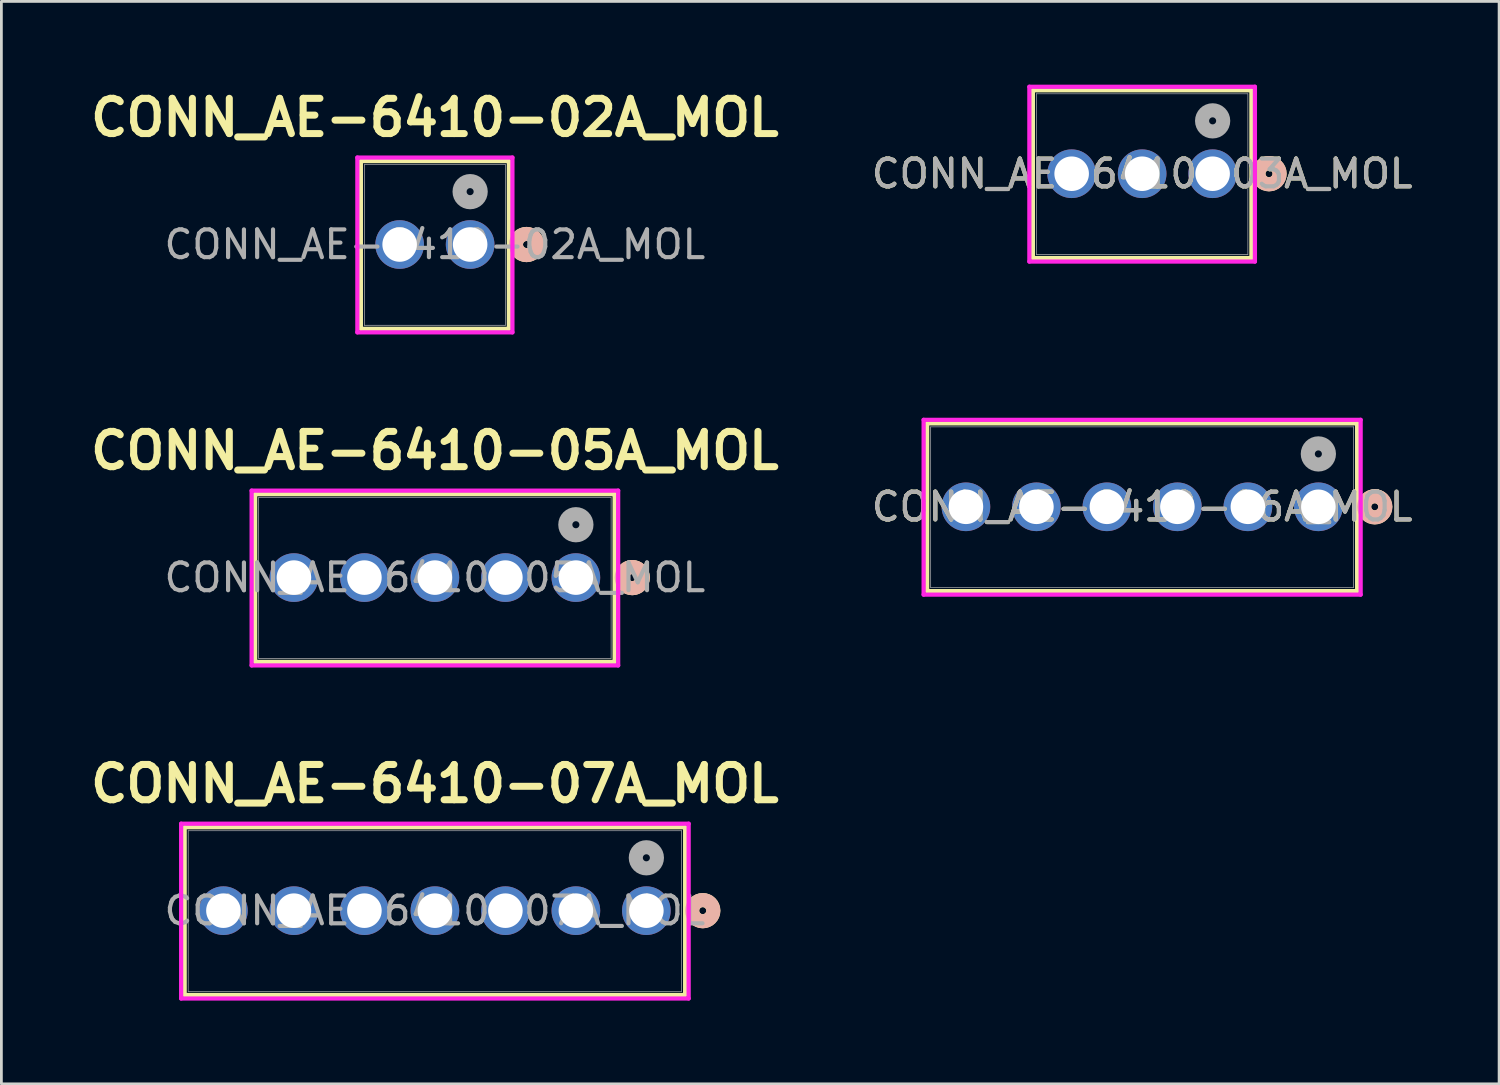
<source format=kicad_pcb>
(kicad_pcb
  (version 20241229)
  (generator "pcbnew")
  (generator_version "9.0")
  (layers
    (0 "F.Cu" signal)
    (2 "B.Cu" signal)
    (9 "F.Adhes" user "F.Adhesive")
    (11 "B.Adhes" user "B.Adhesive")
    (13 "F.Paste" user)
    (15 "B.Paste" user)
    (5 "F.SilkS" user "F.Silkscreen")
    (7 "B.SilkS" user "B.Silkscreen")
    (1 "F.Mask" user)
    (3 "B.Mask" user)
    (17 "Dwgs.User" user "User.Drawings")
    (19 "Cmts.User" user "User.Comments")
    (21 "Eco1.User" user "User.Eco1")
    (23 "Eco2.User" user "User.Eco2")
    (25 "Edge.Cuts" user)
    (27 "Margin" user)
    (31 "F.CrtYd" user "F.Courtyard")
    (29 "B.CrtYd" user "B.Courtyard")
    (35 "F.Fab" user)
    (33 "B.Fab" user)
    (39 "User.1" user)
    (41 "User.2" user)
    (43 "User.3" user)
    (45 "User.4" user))
  (footprint "CONN_AE-6410-03A_MOL"
    (layer "F.Cu")
    (at 40.646 3.21)
    (property "Reference" "CONN_AE-6410-03A_MOL" (at -2.54 0 0) (unlocked yes) (layer "F.SilkS") (effects (font (size 1 1) (thickness 0.15))))
    (attr through_hole)
    (fp_line (start -6.477 -3.007) (end -6.477 3.038) (stroke (width 0.152) (type solid)) (layer "F.SilkS"))
    (fp_line (start -6.477 3.038) (end 1.397 3.038) (stroke (width 0.152) (type solid)) (layer "F.SilkS"))
    (fp_line (start 1.397 -3.007) (end -6.477 -3.007) (stroke (width 0.152) (type solid)) (layer "F.SilkS"))
    (fp_line (start 1.397 3.038) (end 1.397 -3.007) (stroke (width 0.152) (type solid)) (layer "F.SilkS"))
    (fp_circle (center 2.032 0) (end 2.413 0) (stroke (width 0.508) (type solid)) (fill no) (layer "F.SilkS"))
    (fp_circle (center 2.032 0) (end 2.413 0) (stroke (width 0.508) (type solid)) (fill no) (layer "B.SilkS"))
    (fp_line (start -6.604 -3.134) (end -6.604 3.165) (stroke (width 0.152) (type solid)) (layer "F.CrtYd"))
    (fp_line (start -6.604 3.165) (end 1.524 3.165) (stroke (width 0.152) (type solid)) (layer "F.CrtYd"))
    (fp_line (start 1.524 -3.134) (end -6.604 -3.134) (stroke (width 0.152) (type solid)) (layer "F.CrtYd"))
    (fp_line (start 1.524 3.165) (end 1.524 -3.134) (stroke (width 0.152) (type solid)) (layer "F.CrtYd"))
    (fp_line (start -6.35 -2.88) (end -6.35 2.911) (stroke (width 0.025) (type solid)) (layer "F.Fab"))
    (fp_line (start -6.35 2.911) (end 1.27 2.911) (stroke (width 0.025) (type solid)) (layer "F.Fab"))
    (fp_line (start 1.27 -2.88) (end -6.35 -2.88) (stroke (width 0.025) (type solid)) (layer "F.Fab"))
    (fp_line (start 1.27 2.911) (end 1.27 -2.88) (stroke (width 0.025) (type solid)) (layer "F.Fab"))
    (fp_circle (center 0 -1.905) (end 0.381 -1.905) (stroke (width 0.508) (type solid)) (fill no) (layer "F.Fab"))
    (fp_text user "${REFERENCE}" (at -2.54 0 0) (unlocked yes) (layer "F.Fab") (effects (font (size 1 1) (thickness 0.15))))
    (pad "1" thru_hole circle (at 0 0) (size 1.753 1.753) (drill 1.245) (layers "*.Cu" "*.Mask"))
    (pad "2" thru_hole circle (at -2.54 0) (size 1.753 1.753) (drill 1.245) (layers "*.Cu" "*.Mask"))
    (pad "3" thru_hole circle (at -5.08 0) (size 1.753 1.753) (drill 1.245) (layers "*.Cu" "*.Mask")))
  (footprint "CONN_AE-6410-06A_MOL"
    (layer "F.Cu")
    (at 44.456 15.212)
    (property "Reference" "CONN_AE-6410-06A_MOL" (at -6.35 0 0) (unlocked yes) (layer "F.SilkS") (effects (font (size 1 1) (thickness 0.15))))
    (attr through_hole)
    (fp_line (start -14.097 -3.007) (end -14.097 3.038) (stroke (width 0.152) (type solid)) (layer "F.SilkS"))
    (fp_line (start -14.097 3.038) (end 1.397 3.038) (stroke (width 0.152) (type solid)) (layer "F.SilkS"))
    (fp_line (start 1.397 -3.007) (end -14.097 -3.007) (stroke (width 0.152) (type solid)) (layer "F.SilkS"))
    (fp_line (start 1.397 3.038) (end 1.397 -3.007) (stroke (width 0.152) (type solid)) (layer "F.SilkS"))
    (fp_circle (center 2.032 0) (end 2.413 0) (stroke (width 0.508) (type solid)) (fill no) (layer "F.SilkS"))
    (fp_circle (center 2.032 0) (end 2.413 0) (stroke (width 0.508) (type solid)) (fill no) (layer "B.SilkS"))
    (fp_line (start -14.224 -3.134) (end -14.224 3.165) (stroke (width 0.152) (type solid)) (layer "F.CrtYd"))
    (fp_line (start -14.224 3.165) (end 1.524 3.165) (stroke (width 0.152) (type solid)) (layer "F.CrtYd"))
    (fp_line (start 1.524 -3.134) (end -14.224 -3.134) (stroke (width 0.152) (type solid)) (layer "F.CrtYd"))
    (fp_line (start 1.524 3.165) (end 1.524 -3.134) (stroke (width 0.152) (type solid)) (layer "F.CrtYd"))
    (fp_line (start -13.97 -2.88) (end -13.97 2.911) (stroke (width 0.025) (type solid)) (layer "F.Fab"))
    (fp_line (start -13.97 2.911) (end 1.27 2.911) (stroke (width 0.025) (type solid)) (layer "F.Fab"))
    (fp_line (start 1.27 -2.88) (end -13.97 -2.88) (stroke (width 0.025) (type solid)) (layer "F.Fab"))
    (fp_line (start 1.27 2.911) (end 1.27 -2.88) (stroke (width 0.025) (type solid)) (layer "F.Fab"))
    (fp_circle (center 0 -1.905) (end 0.381 -1.905) (stroke (width 0.508) (type solid)) (fill no) (layer "F.Fab"))
    (fp_text user "${REFERENCE}" (at -6.35 0 0) (unlocked yes) (layer "F.Fab") (effects (font (size 1 1) (thickness 0.15))))
    (pad "1" thru_hole circle (at 0 0) (size 1.753 1.753) (drill 1.245) (layers "*.Cu" "*.Mask"))
    (pad "2" thru_hole circle (at -2.54 0) (size 1.753 1.753) (drill 1.245) (layers "*.Cu" "*.Mask"))
    (pad "3" thru_hole circle (at -5.08 0) (size 1.753 1.753) (drill 1.245) (layers "*.Cu" "*.Mask"))
    (pad "4" thru_hole circle (at -7.62 0) (size 1.753 1.753) (drill 1.245) (layers "*.Cu" "*.Mask"))
    (pad "5" thru_hole circle (at -10.16 0) (size 1.753 1.753) (drill 1.245) (layers "*.Cu" "*.Mask"))
    (pad "6" thru_hole circle (at -12.7 0) (size 1.753 1.753) (drill 1.245) (layers "*.Cu" "*.Mask")))
  (footprint "CONN_AE-6410-07A_MOL"
    (layer "F.Cu")
    (at 20.241 29.765)
    (property "Reference" "CONN_AE-6410-07A_MOL" (at -7.62 -4.572 0) (unlocked yes) (layer "F.SilkS") (effects (font (size 1.27 1.27) (thickness 0.254) (bold yes))))
    (attr through_hole)
    (fp_line (start -16.637 -3.007) (end -16.637 3.038) (stroke (width 0.152) (type solid)) (layer "F.SilkS"))
    (fp_line (start -16.637 3.038) (end 1.397 3.038) (stroke (width 0.152) (type solid)) (layer "F.SilkS"))
    (fp_line (start 1.397 -3.007) (end -16.637 -3.007) (stroke (width 0.152) (type solid)) (layer "F.SilkS"))
    (fp_line (start 1.397 3.038) (end 1.397 -3.007) (stroke (width 0.152) (type solid)) (layer "F.SilkS"))
    (fp_circle (center 2.032 0) (end 2.413 0) (stroke (width 0.508) (type solid)) (fill no) (layer "F.SilkS"))
    (fp_circle (center 2.032 0) (end 2.413 0) (stroke (width 0.508) (type solid)) (fill no) (layer "B.SilkS"))
    (fp_line (start -16.764 -3.134) (end -16.764 3.165) (stroke (width 0.152) (type solid)) (layer "F.CrtYd"))
    (fp_line (start -16.764 3.165) (end 1.524 3.165) (stroke (width 0.152) (type solid)) (layer "F.CrtYd"))
    (fp_line (start 1.524 -3.134) (end -16.764 -3.134) (stroke (width 0.152) (type solid)) (layer "F.CrtYd"))
    (fp_line (start 1.524 3.165) (end 1.524 -3.134) (stroke (width 0.152) (type solid)) (layer "F.CrtYd"))
    (fp_line (start -16.51 -2.88) (end -16.51 2.911) (stroke (width 0.025) (type solid)) (layer "F.Fab"))
    (fp_line (start -16.51 2.911) (end 1.27 2.911) (stroke (width 0.025) (type solid)) (layer "F.Fab"))
    (fp_line (start 1.27 -2.88) (end -16.51 -2.88) (stroke (width 0.025) (type solid)) (layer "F.Fab"))
    (fp_line (start 1.27 2.911) (end 1.27 -2.88) (stroke (width 0.025) (type solid)) (layer "F.Fab"))
    (fp_circle (center 0 -1.905) (end 0.381 -1.905) (stroke (width 0.508) (type solid)) (fill no) (layer "F.Fab"))
    (fp_text user "${REFERENCE}" (at -7.62 0 0) (unlocked yes) (layer "F.Fab") (effects (font (size 1 1) (thickness 0.15))))
    (pad "1" thru_hole circle (at 0 0) (size 1.753 1.753) (drill 1.245) (layers "*.Cu" "*.Mask"))
    (pad "2" thru_hole circle (at -2.54 0) (size 1.753 1.753) (drill 1.245) (layers "*.Cu" "*.Mask"))
    (pad "3" thru_hole circle (at -5.08 0) (size 1.753 1.753) (drill 1.245) (layers "*.Cu" "*.Mask"))
    (pad "4" thru_hole circle (at -7.62 0) (size 1.753 1.753) (drill 1.245) (layers "*.Cu" "*.Mask"))
    (pad "5" thru_hole circle (at -10.16 0) (size 1.753 1.753) (drill 1.245) (layers "*.Cu" "*.Mask"))
    (pad "6" thru_hole circle (at -12.7 0) (size 1.753 1.753) (drill 1.245) (layers "*.Cu" "*.Mask"))
    (pad "7" thru_hole circle (at -15.24 0) (size 1.753 1.753) (drill 1.245) (layers "*.Cu" "*.Mask")))
  (footprint "CONN_AE-6410-02A_MOL"
    (layer "F.Cu")
    (at 13.891 5.761)
    (property "Reference" "CONN_AE-6410-02A_MOL" (at -1.27 -4.572 0) (unlocked yes) (layer "F.SilkS") (effects (font (size 1.27 1.27) (thickness 0.254) (bold yes))))
    (attr through_hole)
    (fp_line (start -3.937 -3.007) (end -3.937 3.038) (stroke (width 0.152) (type solid)) (layer "F.SilkS"))
    (fp_line (start -3.937 3.038) (end 1.397 3.038) (stroke (width 0.152) (type solid)) (layer "F.SilkS"))
    (fp_line (start 1.397 -3.007) (end -3.937 -3.007) (stroke (width 0.152) (type solid)) (layer "F.SilkS"))
    (fp_line (start 1.397 3.038) (end 1.397 -3.007) (stroke (width 0.152) (type solid)) (layer "F.SilkS"))
    (fp_circle (center 2.032 0) (end 2.413 0) (stroke (width 0.508) (type solid)) (fill no) (layer "F.SilkS"))
    (fp_circle (center 2.032 0) (end 2.413 0) (stroke (width 0.508) (type solid)) (fill no) (layer "B.SilkS"))
    (fp_line (start -4.064 -3.134) (end -4.064 3.165) (stroke (width 0.152) (type solid)) (layer "F.CrtYd"))
    (fp_line (start -4.064 3.165) (end 1.524 3.165) (stroke (width 0.152) (type solid)) (layer "F.CrtYd"))
    (fp_line (start 1.524 -3.134) (end -4.064 -3.134) (stroke (width 0.152) (type solid)) (layer "F.CrtYd"))
    (fp_line (start 1.524 3.165) (end 1.524 -3.134) (stroke (width 0.152) (type solid)) (layer "F.CrtYd"))
    (fp_line (start -3.81 -2.88) (end -3.81 2.911) (stroke (width 0.025) (type solid)) (layer "F.Fab"))
    (fp_line (start -3.81 2.911) (end 1.27 2.911) (stroke (width 0.025) (type solid)) (layer "F.Fab"))
    (fp_line (start 1.27 -2.88) (end -3.81 -2.88) (stroke (width 0.025) (type solid)) (layer "F.Fab"))
    (fp_line (start 1.27 2.911) (end 1.27 -2.88) (stroke (width 0.025) (type solid)) (layer "F.Fab"))
    (fp_circle (center 0 -1.905) (end 0.381 -1.905) (stroke (width 0.508) (type solid)) (fill no) (layer "F.Fab"))
    (fp_text user "${REFERENCE}" (at -1.27 0 0) (unlocked yes) (layer "F.Fab") (effects (font (size 1 1) (thickness 0.15))))
    (pad "1" thru_hole circle (at 0 0) (size 1.753 1.753) (drill 1.245) (layers "*.Cu" "*.Mask"))
    (pad "2" thru_hole circle (at -2.54 0) (size 1.753 1.753) (drill 1.245) (layers "*.Cu" "*.Mask")))
  (footprint "CONN_AE-6410-05A_MOL"
    (layer "F.Cu")
    (at 17.701 17.763)
    (property "Reference" "CONN_AE-6410-05A_MOL" (at -5.08 -4.572 0) (unlocked yes) (layer "F.SilkS") (effects (font (size 1.27 1.27) (thickness 0.254) (bold yes))))
    (attr through_hole)
    (fp_line (start -11.557 -3.007) (end -11.557 3.038) (stroke (width 0.152) (type solid)) (layer "F.SilkS"))
    (fp_line (start -11.557 3.038) (end 1.397 3.038) (stroke (width 0.152) (type solid)) (layer "F.SilkS"))
    (fp_line (start 1.397 -3.007) (end -11.557 -3.007) (stroke (width 0.152) (type solid)) (layer "F.SilkS"))
    (fp_line (start 1.397 3.038) (end 1.397 -3.007) (stroke (width 0.152) (type solid)) (layer "F.SilkS"))
    (fp_circle (center 2.032 0) (end 2.413 0) (stroke (width 0.508) (type solid)) (fill no) (layer "F.SilkS"))
    (fp_circle (center 2.032 0) (end 2.413 0) (stroke (width 0.508) (type solid)) (fill no) (layer "B.SilkS"))
    (fp_line (start -11.684 -3.134) (end -11.684 3.165) (stroke (width 0.152) (type solid)) (layer "F.CrtYd"))
    (fp_line (start -11.684 3.165) (end 1.524 3.165) (stroke (width 0.152) (type solid)) (layer "F.CrtYd"))
    (fp_line (start 1.524 -3.134) (end -11.684 -3.134) (stroke (width 0.152) (type solid)) (layer "F.CrtYd"))
    (fp_line (start 1.524 3.165) (end 1.524 -3.134) (stroke (width 0.152) (type solid)) (layer "F.CrtYd"))
    (fp_line (start -11.43 -2.88) (end -11.43 2.911) (stroke (width 0.025) (type solid)) (layer "F.Fab"))
    (fp_line (start -11.43 2.911) (end 1.27 2.911) (stroke (width 0.025) (type solid)) (layer "F.Fab"))
    (fp_line (start 1.27 -2.88) (end -11.43 -2.88) (stroke (width 0.025) (type solid)) (layer "F.Fab"))
    (fp_line (start 1.27 2.911) (end 1.27 -2.88) (stroke (width 0.025) (type solid)) (layer "F.Fab"))
    (fp_circle (center 0 -1.905) (end 0.381 -1.905) (stroke (width 0.508) (type solid)) (fill no) (layer "F.Fab"))
    (fp_text user "${REFERENCE}" (at -5.08 0 0) (unlocked yes) (layer "F.Fab") (effects (font (size 1 1) (thickness 0.15))))
    (pad "1" thru_hole circle (at 0 0) (size 1.753 1.753) (drill 1.245) (layers "*.Cu" "*.Mask"))
    (pad "2" thru_hole circle (at -2.54 0) (size 1.753 1.753) (drill 1.245) (layers "*.Cu" "*.Mask"))
    (pad "3" thru_hole circle (at -5.08 0) (size 1.753 1.753) (drill 1.245) (layers "*.Cu" "*.Mask"))
    (pad "4" thru_hole circle (at -7.62 0) (size 1.753 1.753) (drill 1.245) (layers "*.Cu" "*.Mask"))
    (pad "5" thru_hole circle (at -10.16 0) (size 1.753 1.753) (drill 1.245) (layers "*.Cu" "*.Mask")))
  (gr_rect
    (start -3 -3)
    (end 50.969 36.006)
    (stroke (width 0.1) (type default))
    (fill no)
    (layer "Edge.Cuts")))
</source>
